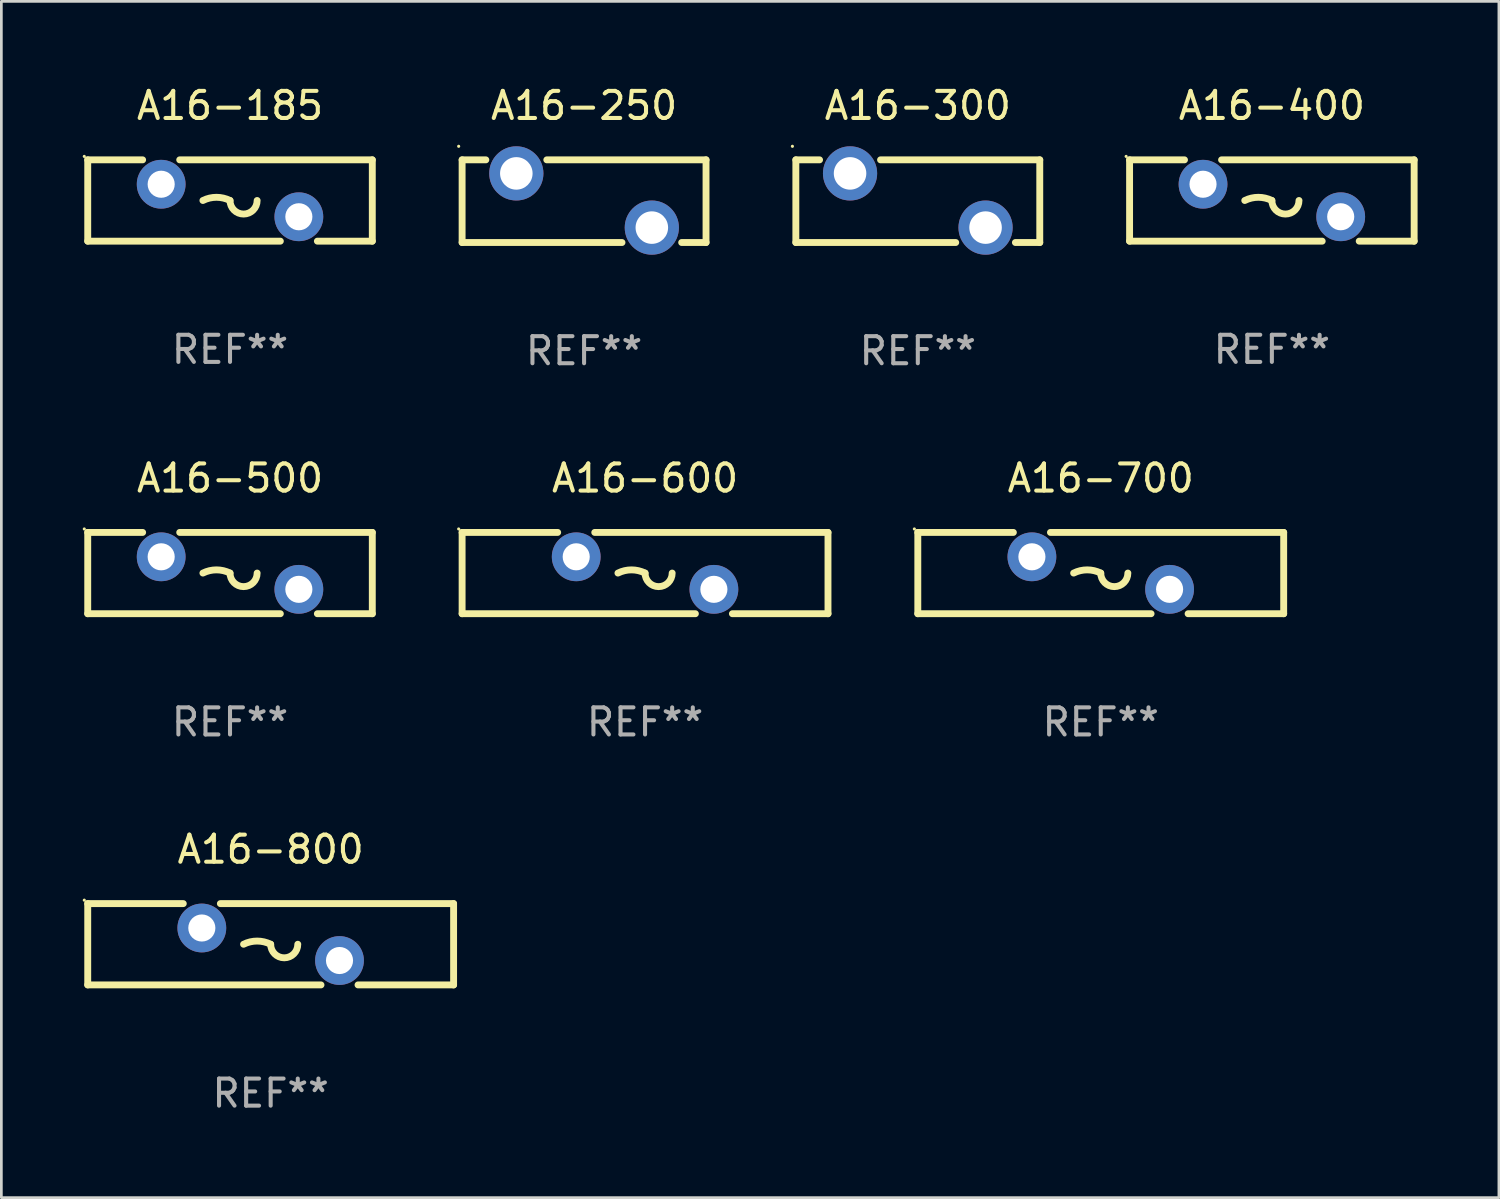
<source format=kicad_pcb>
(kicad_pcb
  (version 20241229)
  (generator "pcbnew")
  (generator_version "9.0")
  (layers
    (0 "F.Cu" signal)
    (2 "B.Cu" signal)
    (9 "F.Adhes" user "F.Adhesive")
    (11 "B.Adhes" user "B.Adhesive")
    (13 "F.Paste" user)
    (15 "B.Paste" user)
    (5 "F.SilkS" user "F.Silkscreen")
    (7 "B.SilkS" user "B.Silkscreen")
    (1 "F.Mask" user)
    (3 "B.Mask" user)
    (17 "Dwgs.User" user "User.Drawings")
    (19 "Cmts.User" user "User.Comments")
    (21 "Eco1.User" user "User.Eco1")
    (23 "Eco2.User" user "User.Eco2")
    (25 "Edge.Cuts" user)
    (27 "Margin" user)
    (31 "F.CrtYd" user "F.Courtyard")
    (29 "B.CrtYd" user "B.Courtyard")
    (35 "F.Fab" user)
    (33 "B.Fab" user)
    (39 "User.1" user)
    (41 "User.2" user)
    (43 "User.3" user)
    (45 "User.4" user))
  (footprint "A16-250"
    (layer "F.Cu")
    (at 18.501 4.373)
    (property "Reference" "A16-250" (at 0 -3.525 0) (layer "F.SilkS") (effects (font (size 1 1) (thickness 0.15))))
    (attr through_hole)
    (fp_line (start -4.5 -1.525) (end -4.5 1.525) (stroke (width 0.254) (type solid)) (layer "F.SilkS"))
    (fp_line (start -4.5 -1.525) (end -3.625 -1.525) (stroke (width 0.254) (type solid)) (layer "F.SilkS"))
    (fp_line (start -4.5 1.525) (end 1.399 1.525) (stroke (width 0.254) (type solid)) (layer "F.SilkS"))
    (fp_line (start -1.375 -1.525) (end 4.5 -1.525) (stroke (width 0.254) (type solid)) (layer "F.SilkS"))
    (fp_line (start 3.601 1.525) (end 4.5 1.525) (stroke (width 0.254) (type solid)) (layer "F.SilkS"))
    (fp_line (start 4.5 -1.525) (end 4.5 1.525) (stroke (width 0.254) (type solid)) (layer "F.SilkS"))
    (fp_circle (center -4.627 -2.025) (end -4.597 -2.025) (stroke (width 0.06) (type solid)) (fill no) (layer "F.SilkS"))
    (fp_text user "REF**" (at 0 5.525 0) (layer "F.Fab") (effects (font (size 1 1) (thickness 0.15))))
    (pad "1" thru_hole circle (at -2.5 -1.025) (size 2 2) (drill 1.2) (layers "*.Cu" "*.Mask"))
    (pad "2" thru_hole circle (at 2.5 0.975) (size 2 2) (drill 1.2) (layers "*.Cu" "*.Mask")))
  (footprint "A16-600"
    (layer "F.Cu")
    (at 20.751 18.095)
    (property "Reference" "A16-600" (at 0 -3.5 0) (layer "F.SilkS") (effects (font (size 1 1) (thickness 0.15))))
    (attr through_hole)
    (fp_line (start -6.75 -1.5) (end -3.224 -1.5) (stroke (width 0.254) (type solid)) (layer "F.SilkS"))
    (fp_line (start -6.75 1.5) (end -6.75 -1.5) (stroke (width 0.254) (type solid)) (layer "F.SilkS"))
    (fp_line (start -1.856 -1.5) (end 6.75 -1.5) (stroke (width 0.254) (type solid)) (layer "F.SilkS"))
    (fp_line (start 1.857 1.5) (end -6.75 1.5) (stroke (width 0.254) (type solid)) (layer "F.SilkS"))
    (fp_line (start 6.75 -1.5) (end 6.75 1.5) (stroke (width 0.254) (type solid)) (layer "F.SilkS"))
    (fp_line (start 6.75 1.5) (end 3.223 1.5) (stroke (width 0.254) (type solid)) (layer "F.SilkS"))
    (fp_arc (start -1 -0.000127) (mid -0.5 -0.118148) (end 0 -0.000127) (stroke (width 0.254001) (type solid)) (layer "F.SilkS"))
    (fp_arc (start 1.000762 -0.000127) (mid 0.500381 0.5) (end 0 -0.000127) (stroke (width 0.254001) (type solid)) (layer "F.SilkS"))
    (fp_circle (center -6.877 -1.627) (end -6.847 -1.627) (stroke (width 0.06) (type solid)) (fill no) (layer "F.SilkS"))
    (fp_text user "REF**" (at 0 5.5 0) (layer "F.Fab") (effects (font (size 1 1) (thickness 0.15))))
    (pad "1" thru_hole circle (at -2.54 -0.6) (size 1.8 1.8) (drill 1) (layers "*.Cu" "*.Mask"))
    (pad "2" thru_hole circle (at 2.54 0.6) (size 1.8 1.8) (drill 1) (layers "*.Cu" "*.Mask")))
  (footprint "A16-400"
    (layer "F.Cu")
    (at 43.879 4.348)
    (property "Reference" "A16-400" (at 0 -3.5 0) (layer "F.SilkS") (effects (font (size 1 1) (thickness 0.15))))
    (attr through_hole)
    (fp_line (start -5.25 -1.5) (end -3.224 -1.5) (stroke (width 0.254) (type solid)) (layer "F.SilkS"))
    (fp_line (start -5.25 1.5) (end -5.25 -1.5) (stroke (width 0.254) (type solid)) (layer "F.SilkS"))
    (fp_line (start -1.856 -1.5) (end 5.25 -1.5) (stroke (width 0.254) (type solid)) (layer "F.SilkS"))
    (fp_line (start 1.857 1.5) (end -5.25 1.5) (stroke (width 0.254) (type solid)) (layer "F.SilkS"))
    (fp_line (start 5.25 -1.5) (end 5.25 1.5) (stroke (width 0.254) (type solid)) (layer "F.SilkS"))
    (fp_line (start 5.25 1.5) (end 3.223 1.5) (stroke (width 0.254) (type solid)) (layer "F.SilkS"))
    (fp_arc (start -1 -0.000127) (mid -0.5 -0.118148) (end 0 -0.000127) (stroke (width 0.254001) (type solid)) (layer "F.SilkS"))
    (fp_arc (start 1.000762 -0.000127) (mid 0.500381 0.5) (end 0 -0.000127) (stroke (width 0.254001) (type solid)) (layer "F.SilkS"))
    (fp_circle (center -5.377 -1.627) (end -5.347 -1.627) (stroke (width 0.06) (type solid)) (fill no) (layer "F.SilkS"))
    (fp_text user "REF**" (at 0 5.5 0) (layer "F.Fab") (effects (font (size 1 1) (thickness 0.15))))
    (pad "1" thru_hole circle (at -2.54 -0.6) (size 1.8 1.8) (drill 1) (layers "*.Cu" "*.Mask"))
    (pad "2" thru_hole circle (at 2.54 0.6) (size 1.8 1.8) (drill 1) (layers "*.Cu" "*.Mask")))
  (footprint "A16-185"
    (layer "F.Cu")
    (at 5.437 4.348)
    (property "Reference" "A16-185" (at 0 -3.5 0) (layer "F.SilkS") (effects (font (size 1 1) (thickness 0.15))))
    (attr through_hole)
    (fp_line (start -5.25 -1.5) (end -3.224 -1.5) (stroke (width 0.254) (type solid)) (layer "F.SilkS"))
    (fp_line (start -5.25 1.5) (end -5.25 -1.5) (stroke (width 0.254) (type solid)) (layer "F.SilkS"))
    (fp_line (start -1.856 -1.5) (end 5.25 -1.5) (stroke (width 0.254) (type solid)) (layer "F.SilkS"))
    (fp_line (start 1.857 1.5) (end -5.25 1.5) (stroke (width 0.254) (type solid)) (layer "F.SilkS"))
    (fp_line (start 5.25 -1.5) (end 5.25 1.5) (stroke (width 0.254) (type solid)) (layer "F.SilkS"))
    (fp_line (start 5.25 1.5) (end 3.223 1.5) (stroke (width 0.254) (type solid)) (layer "F.SilkS"))
    (fp_arc (start -1 -0.000127) (mid -0.5 -0.118148) (end 0 -0.000127) (stroke (width 0.254001) (type solid)) (layer "F.SilkS"))
    (fp_arc (start 1.000762 -0.000127) (mid 0.500381 0.5) (end 0 -0.000127) (stroke (width 0.254001) (type solid)) (layer "F.SilkS"))
    (fp_circle (center -5.377 -1.627) (end -5.347 -1.627) (stroke (width 0.06) (type solid)) (fill no) (layer "F.SilkS"))
    (fp_text user "REF**" (at 0 5.5 0) (layer "F.Fab") (effects (font (size 1 1) (thickness 0.15))))
    (pad "1" thru_hole circle (at -2.54 -0.6) (size 1.8 1.8) (drill 1) (layers "*.Cu" "*.Mask"))
    (pad "2" thru_hole circle (at 2.54 0.6) (size 1.8 1.8) (drill 1) (layers "*.Cu" "*.Mask")))
  (footprint "A16-500"
    (layer "F.Cu")
    (at 5.437 18.095)
    (property "Reference" "A16-500" (at 0 -3.5 0) (layer "F.SilkS") (effects (font (size 1 1) (thickness 0.15))))
    (attr through_hole)
    (fp_line (start -5.25 -1.5) (end -3.224 -1.5) (stroke (width 0.254) (type solid)) (layer "F.SilkS"))
    (fp_line (start -5.25 1.5) (end -5.25 -1.5) (stroke (width 0.254) (type solid)) (layer "F.SilkS"))
    (fp_line (start -1.856 -1.5) (end 5.25 -1.5) (stroke (width 0.254) (type solid)) (layer "F.SilkS"))
    (fp_line (start 1.857 1.5) (end -5.25 1.5) (stroke (width 0.254) (type solid)) (layer "F.SilkS"))
    (fp_line (start 5.25 -1.5) (end 5.25 1.5) (stroke (width 0.254) (type solid)) (layer "F.SilkS"))
    (fp_line (start 5.25 1.5) (end 3.223 1.5) (stroke (width 0.254) (type solid)) (layer "F.SilkS"))
    (fp_arc (start -1 -0.000127) (mid -0.5 -0.118148) (end 0 -0.000127) (stroke (width 0.254001) (type solid)) (layer "F.SilkS"))
    (fp_arc (start 1.000762 -0.000127) (mid 0.500381 0.5) (end 0 -0.000127) (stroke (width 0.254001) (type solid)) (layer "F.SilkS"))
    (fp_circle (center -5.377 -1.627) (end -5.347 -1.627) (stroke (width 0.06) (type solid)) (fill no) (layer "F.SilkS"))
    (fp_text user "REF**" (at 0 5.5 0) (layer "F.Fab") (effects (font (size 1 1) (thickness 0.15))))
    (pad "1" thru_hole circle (at -2.54 -0.6) (size 1.8 1.8) (drill 1) (layers "*.Cu" "*.Mask"))
    (pad "2" thru_hole circle (at 2.54 0.6) (size 1.8 1.8) (drill 1) (layers "*.Cu" "*.Mask")))
  (footprint "A16-800"
    (layer "F.Cu")
    (at 6.937 31.791)
    (property "Reference" "A16-800" (at 0 -3.5 0) (layer "F.SilkS") (effects (font (size 1 1) (thickness 0.15))))
    (attr through_hole)
    (fp_line (start -6.75 -1.5) (end -3.224 -1.5) (stroke (width 0.254) (type solid)) (layer "F.SilkS"))
    (fp_line (start -6.75 1.5) (end -6.75 -1.5) (stroke (width 0.254) (type solid)) (layer "F.SilkS"))
    (fp_line (start -1.856 -1.5) (end 6.75 -1.5) (stroke (width 0.254) (type solid)) (layer "F.SilkS"))
    (fp_line (start 1.857 1.5) (end -6.75 1.5) (stroke (width 0.254) (type solid)) (layer "F.SilkS"))
    (fp_line (start 6.75 -1.5) (end 6.75 1.5) (stroke (width 0.254) (type solid)) (layer "F.SilkS"))
    (fp_line (start 6.75 1.5) (end 3.223 1.5) (stroke (width 0.254) (type solid)) (layer "F.SilkS"))
    (fp_arc (start -1 -0.000127) (mid -0.5 -0.118148) (end 0 -0.000127) (stroke (width 0.254001) (type solid)) (layer "F.SilkS"))
    (fp_arc (start 1.000762 -0.000127) (mid 0.500381 0.5) (end 0 -0.000127) (stroke (width 0.254001) (type solid)) (layer "F.SilkS"))
    (fp_circle (center -6.877 -1.627) (end -6.847 -1.627) (stroke (width 0.06) (type solid)) (fill no) (layer "F.SilkS"))
    (fp_text user "REF**" (at 0 5.5 0) (layer "F.Fab") (effects (font (size 1 1) (thickness 0.15))))
    (pad "1" thru_hole circle (at -2.54 -0.6) (size 1.8 1.8) (drill 1) (layers "*.Cu" "*.Mask"))
    (pad "2" thru_hole circle (at 2.54 0.6) (size 1.8 1.8) (drill 1) (layers "*.Cu" "*.Mask")))
  (footprint "A16-300"
    (layer "F.Cu")
    (at 30.815 4.373)
    (property "Reference" "A16-300" (at 0 -3.525 0) (layer "F.SilkS") (effects (font (size 1 1) (thickness 0.15))))
    (attr through_hole)
    (fp_line (start -4.5 -1.525) (end -4.5 1.525) (stroke (width 0.254) (type solid)) (layer "F.SilkS"))
    (fp_line (start -4.5 -1.525) (end -3.625 -1.525) (stroke (width 0.254) (type solid)) (layer "F.SilkS"))
    (fp_line (start -4.5 1.525) (end 1.399 1.525) (stroke (width 0.254) (type solid)) (layer "F.SilkS"))
    (fp_line (start -1.375 -1.525) (end 4.5 -1.525) (stroke (width 0.254) (type solid)) (layer "F.SilkS"))
    (fp_line (start 3.601 1.525) (end 4.5 1.525) (stroke (width 0.254) (type solid)) (layer "F.SilkS"))
    (fp_line (start 4.5 -1.525) (end 4.5 1.525) (stroke (width 0.254) (type solid)) (layer "F.SilkS"))
    (fp_circle (center -4.627 -2.025) (end -4.597 -2.025) (stroke (width 0.06) (type solid)) (fill no) (layer "F.SilkS"))
    (fp_text user "REF**" (at 0 5.525 0) (layer "F.Fab") (effects (font (size 1 1) (thickness 0.15))))
    (pad "1" thru_hole circle (at -2.5 -1.025) (size 2 2) (drill 1.2) (layers "*.Cu" "*.Mask"))
    (pad "2" thru_hole circle (at 2.5 0.975) (size 2 2) (drill 1.2) (layers "*.Cu" "*.Mask")))
  (footprint "A16-700"
    (layer "F.Cu")
    (at 37.565 18.095)
    (property "Reference" "A16-700" (at 0 -3.5 0) (layer "F.SilkS") (effects (font (size 1 1) (thickness 0.15))))
    (attr through_hole)
    (fp_line (start -6.75 -1.5) (end -3.224 -1.5) (stroke (width 0.254) (type solid)) (layer "F.SilkS"))
    (fp_line (start -6.75 1.5) (end -6.75 -1.5) (stroke (width 0.254) (type solid)) (layer "F.SilkS"))
    (fp_line (start -1.856 -1.5) (end 6.75 -1.5) (stroke (width 0.254) (type solid)) (layer "F.SilkS"))
    (fp_line (start 1.857 1.5) (end -6.75 1.5) (stroke (width 0.254) (type solid)) (layer "F.SilkS"))
    (fp_line (start 6.75 -1.5) (end 6.75 1.5) (stroke (width 0.254) (type solid)) (layer "F.SilkS"))
    (fp_line (start 6.75 1.5) (end 3.223 1.5) (stroke (width 0.254) (type solid)) (layer "F.SilkS"))
    (fp_arc (start -1 -0.000127) (mid -0.5 -0.118148) (end 0 -0.000127) (stroke (width 0.254001) (type solid)) (layer "F.SilkS"))
    (fp_arc (start 1.000762 -0.000127) (mid 0.500381 0.5) (end 0 -0.000127) (stroke (width 0.254001) (type solid)) (layer "F.SilkS"))
    (fp_circle (center -6.877 -1.627) (end -6.847 -1.627) (stroke (width 0.06) (type solid)) (fill no) (layer "F.SilkS"))
    (fp_text user "REF**" (at 0 5.5 0) (layer "F.Fab") (effects (font (size 1 1) (thickness 0.15))))
    (pad "1" thru_hole circle (at -2.54 -0.6) (size 1.8 1.8) (drill 1) (layers "*.Cu" "*.Mask"))
    (pad "2" thru_hole circle (at 2.54 0.6) (size 1.8 1.8) (drill 1) (layers "*.Cu" "*.Mask")))
  (gr_rect
    (start -3 -3)
    (end 52.256 41.14)
    (stroke (width 0.1) (type default))
    (fill no)
    (layer "Edge.Cuts")))
</source>
